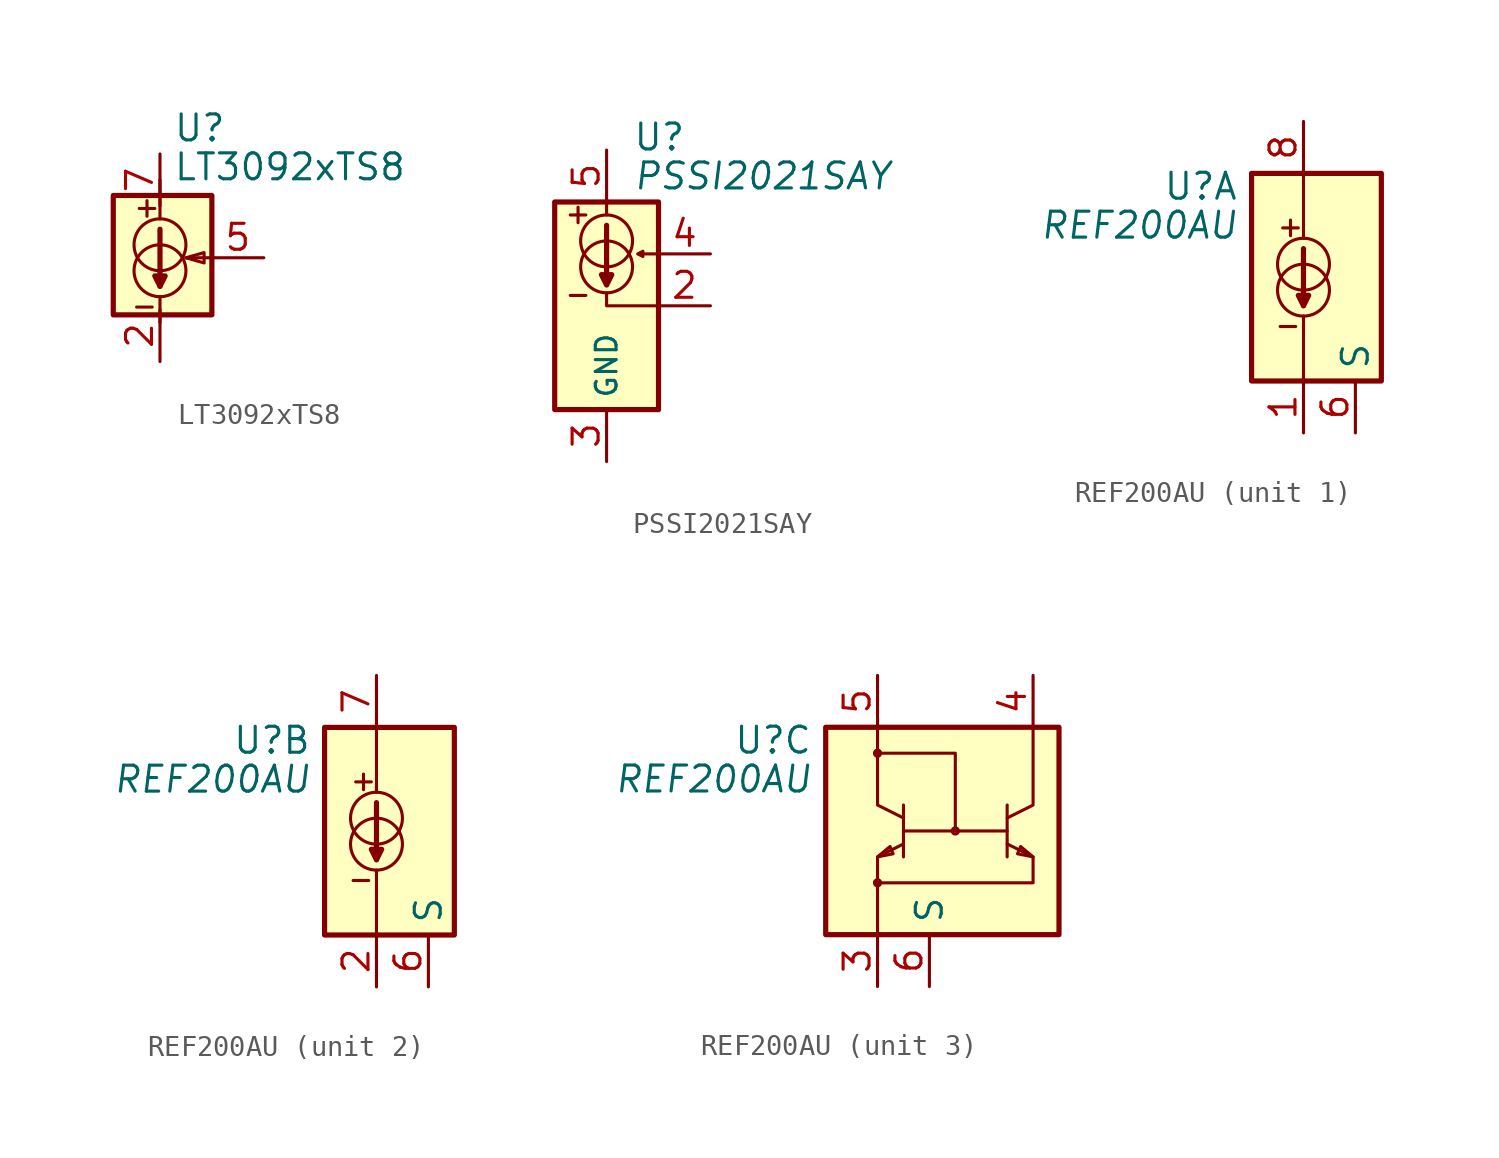
<source format=kicad_sym>
(kicad_symbol_lib
  (version 20231120)
  (generator "kicad_symbol_editor")
  (generator_version "8.0")
  (symbol "LT3092xTS8"
    (property "Reference" "U"
      (at 0.635 6.35 0)
      (effects (font (size 1.27 1.27)) (justify left)))
    (property "Value" "LT3092xTS8"
      (at 0.635 4.445 0)
      (effects (font (size 1.27 1.27)) (justify left)))
    (symbol "LT3092xTS8_0_1"
      (rectangle (start -2.286 3.048) (end 2.54 -2.794) (stroke (width 0.254) (type default)) (fill (type background)))
      (circle (center 0 -0.635) (radius 1.27) (stroke (width 0) (type default)) (fill (type none)))
      (polyline (pts (xy -1.143 -2.413) (xy -0.381 -2.413)) (stroke (width 0) (type default)) (fill (type none)))
      (polyline (pts (xy -1.016 2.413) (xy -0.254 2.413)) (stroke (width 0) (type default)) (fill (type none)))
      (polyline (pts (xy -0.635 2.794) (xy -0.635 2.032)) (stroke (width 0) (type default)) (fill (type none)))
      (polyline (pts (xy 0 -1.905) (xy 0 -3.175)) (stroke (width 0) (type default)) (fill (type none)))
      (polyline (pts (xy 0 1.397) (xy 0 -1.397)) (stroke (width 0.254) (type default)) (fill (type none)))
      (polyline (pts (xy 0 3.81) (xy 0 1.905)) (stroke (width 0) (type default)) (fill (type none)))
      (polyline (pts (xy 2.54 0) (xy 1.27 0)) (stroke (width 0) (type default)) (fill (type none)))
      (polyline (pts (xy 0 -1.397) (xy -0.254 -0.889) (xy 0.254 -0.889) (xy 0 -1.397)) (stroke (width 0.254) (type default)) (fill (type none)))
      (polyline (pts (xy 1.27 0) (xy 2.159 0.254) (xy 2.159 -0.254) (xy 1.27 0)) (stroke (width 0) (type default)) (fill (type none)))
      (circle (center 0 0.635) (radius 1.27) (stroke (width 0) (type default)) (fill (type none))))
    (symbol "LT3092xTS8_1_1"
      (pin no_connect line (at -1.27 2.54 0) (length 2.54) hide (name "NC" (effects (font (size 1.27 1.27)))) (number "1" (effects (font (size 1.27 1.27)))))
      (pin passive line (at 0 -5.08 90) (length 2.54) (name "~" (effects (font (size 1.27 1.27)))) (number "2" (effects (font (size 1.27 1.27)))))
      (pin passive line (at 0 -5.08 90) (length 2.54) hide (name "~" (effects (font (size 1.27 1.27)))) (number "3" (effects (font (size 1.27 1.27)))))
      (pin passive line (at 0 -5.08 90) (length 2.54) hide (name "~" (effects (font (size 1.27 1.27)))) (number "4" (effects (font (size 1.27 1.27)))))
      (pin passive line (at 5.08 0 180) (length 2.54) (name "~" (effects (font (size 1.27 1.27)))) (number "5" (effects (font (size 1.27 1.27)))))
      (pin no_connect line (at -1.27 0 0) (length 2.54) hide (name "NC" (effects (font (size 1.27 1.27)))) (number "6" (effects (font (size 1.27 1.27)))))
      (pin passive line (at 0 5.08 270) (length 2.54) (name "~" (effects (font (size 1.27 1.27)))) (number "7" (effects (font (size 1.27 1.27)))))
      (pin passive line (at 0 5.08 270) (length 2.54) hide (name "~" (effects (font (size 1.27 1.27)))) (number "8" (effects (font (size 1.27 1.27)))))))
  (symbol "PSSI2021SAY"
    (property "Reference" "U"
      (at 1.27 8.255 0)
      (effects (font (size 1.27 1.27)) (justify left)))
    (property "Value" "PSSI2021SAY"
      (at 1.27 6.35 0)
      (effects (font (size 1.27 1.27) (italic yes)) (justify left)))
    (symbol "PSSI2021SAY_0_1"
      (pin power_out line (at 5.08 0 180) (length 2.54) (name "~" (effects (font (size 1.27 1.27)))) (number "2" (effects (font (size 1.27 1.27))))))
    (symbol "PSSI2021SAY_1_1"
      (rectangle (start -2.54 5.08) (end 2.54 -5.08) (stroke (width 0.254) (type default)) (fill (type background)))
      (polyline (pts (xy -1.778 0.508) (xy -1.016 0.508)) (stroke (width 0) (type default)) (fill (type none)))
      (polyline (pts (xy -1.778 4.445) (xy -1.016 4.445)) (stroke (width 0) (type default)) (fill (type none)))
      (polyline (pts (xy -1.397 4.826) (xy -1.397 4.064)) (stroke (width 0) (type default)) (fill (type none)))
      (polyline (pts (xy 0 3.937) (xy 0 1.143)) (stroke (width 0.254) (type default)) (fill (type none)))
      (polyline (pts (xy 0 5.08) (xy 0 4.445)) (stroke (width 0) (type default)) (fill (type none)))
      (polyline (pts (xy 2.54 0) (xy 0 0) (xy 0 0.635)) (stroke (width 0) (type default)) (fill (type none)))
      (polyline (pts (xy 0 1.016) (xy -0.254 1.524) (xy 0.254 1.524) (xy 0 1.016)) (stroke (width 0.254) (type default)) (fill (type none)))
      (polyline (pts (xy 2.54 2.54) (xy 1.778 2.54) (xy 1.778 2.667) (xy 1.524 2.54) (xy 1.778 2.413) (xy 1.778 2.54)) (stroke (width 0) (type default)) (fill (type none)))
      (circle (center 0 1.905) (radius 1.27) (stroke (width 0) (type default)) (fill (type none)))
      (circle (center 0 3.175) (radius 1.27) (stroke (width 0) (type default)) (fill (type none)))
      (pin no_connect line (at -2.54 -2.54 0) (length 2.54) hide (name "NC" (effects (font (size 1.27 1.27)))) (number "1" (effects (font (size 1.27 1.27)))))
      (pin power_in line (at 0 -7.62 90) (length 2.54) (name "GND" (effects (font (size 1.016 1.016)))) (number "3" (effects (font (size 1.27 1.27)))))
      (pin passive line (at 5.08 2.54 180) (length 2.54) (name "~" (effects (font (size 1.27 1.27)))) (number "4" (effects (font (size 1.27 1.27)))))
      (pin power_in line (at 0 7.62 270) (length 2.54) (name "~" (effects (font (size 1.27 1.27)))) (number "5" (effects (font (size 1.27 1.27)))))))
  (symbol "REF200AU"
    (property "Reference" "U"
      (at -3.175 4.445 0)
      (effects (font (size 1.27 1.27)) (justify right)))
    (property "Value" "REF200AU"
      (at -3.175 2.54 0)
      (effects (font (size 1.27 1.27) (italic yes)) (justify right)))
    (property "ki_locked" ""
      (at 0 0 0)
      (effects (font (size 1.27 1.27))))
    (symbol "REF200AU_0_1"
      (pin passive line (at 2.54 -7.62 90) (length 2.54) (name "S" (effects (font (size 1.27 1.27)))) (number "6" (effects (font (size 1.27 1.27))))))
    (symbol "REF200AU_1_1"
      (rectangle (start -2.54 5.08) (end 3.81 -5.08) (stroke (width 0.254) (type default)) (fill (type background)))
      (circle (center 0 -0.635) (radius 1.27) (stroke (width 0) (type default)) (fill (type none)))
      (polyline (pts (xy -1.143 -2.413) (xy -0.381 -2.413)) (stroke (width 0) (type default)) (fill (type none)))
      (polyline (pts (xy -1.016 2.413) (xy -0.254 2.413)) (stroke (width 0) (type default)) (fill (type none)))
      (polyline (pts (xy -0.635 2.794) (xy -0.635 2.032)) (stroke (width 0) (type default)) (fill (type none)))
      (polyline (pts (xy 0 -1.905) (xy 0 -5.08)) (stroke (width 0) (type default)) (fill (type none)))
      (polyline (pts (xy 0 1.397) (xy 0 -1.397)) (stroke (width 0.254) (type default)) (fill (type none)))
      (polyline (pts (xy 0 5.08) (xy 0 1.905)) (stroke (width 0) (type default)) (fill (type none)))
      (polyline (pts (xy 0 -1.397) (xy -0.254 -0.889) (xy 0.254 -0.889) (xy 0 -1.397)) (stroke (width 0.254) (type default)) (fill (type none)))
      (circle (center 0 0.635) (radius 1.27) (stroke (width 0) (type default)) (fill (type none)))
      (pin passive line (at 0 -7.62 90) (length 2.54) (name "~" (effects (font (size 1.27 1.27)))) (number "1" (effects (font (size 1.27 1.27)))))
      (pin passive line (at 0 7.62 270) (length 2.54) (name "~" (effects (font (size 1.27 1.27)))) (number "8" (effects (font (size 1.27 1.27))))))
    (symbol "REF200AU_2_1"
      (rectangle (start -2.54 5.08) (end 3.81 -5.08) (stroke (width 0.254) (type default)) (fill (type background)))
      (circle (center 0 -0.635) (radius 1.27) (stroke (width 0) (type default)) (fill (type none)))
      (polyline (pts (xy -1.143 -2.413) (xy -0.381 -2.413)) (stroke (width 0) (type default)) (fill (type none)))
      (polyline (pts (xy -1.016 2.413) (xy -0.254 2.413)) (stroke (width 0) (type default)) (fill (type none)))
      (polyline (pts (xy -0.635 2.794) (xy -0.635 2.032)) (stroke (width 0) (type default)) (fill (type none)))
      (polyline (pts (xy 0 -1.905) (xy 0 -5.08)) (stroke (width 0) (type default)) (fill (type none)))
      (polyline (pts (xy 0 1.397) (xy 0 -1.397)) (stroke (width 0.254) (type default)) (fill (type none)))
      (polyline (pts (xy 0 5.08) (xy 0 1.905)) (stroke (width 0) (type default)) (fill (type none)))
      (polyline (pts (xy 0 -1.397) (xy -0.254 -0.889) (xy 0.254 -0.889) (xy 0 -1.397)) (stroke (width 0.254) (type default)) (fill (type none)))
      (circle (center 0 0.635) (radius 1.27) (stroke (width 0) (type default)) (fill (type none)))
      (pin passive line (at 0 -7.62 90) (length 2.54) (name "~" (effects (font (size 1.27 1.27)))) (number "2" (effects (font (size 1.27 1.27)))))
      (pin passive line (at 0 7.62 270) (length 2.54) (name "~" (effects (font (size 1.27 1.27)))) (number "7" (effects (font (size 1.27 1.27))))))
    (symbol "REF200AU_3_1"
      (rectangle (start -2.54 5.08) (end 8.89 -5.08) (stroke (width 0.254) (type default)) (fill (type background)))
      (circle (center 0 -2.54) (radius 0.152) (stroke (width 0) (type default)) (fill (type none)))
      (polyline (pts (xy 0 3.81) (xy 0 5.08)) (stroke (width 0) (type default)) (fill (type none)))
      (polyline (pts (xy 1.27 -1.27) (xy 1.27 1.27)) (stroke (width 0) (type default)) (fill (type none)))
      (polyline (pts (xy 1.27 0) (xy 6.35 0)) (stroke (width 0) (type default)) (fill (type none)))
      (polyline (pts (xy 6.35 1.27) (xy 6.35 -1.27)) (stroke (width 0) (type default)) (fill (type none)))
      (polyline (pts (xy 0 -5.08) (xy 0 -1.27) (xy 1.27 -0.635)) (stroke (width 0) (type default)) (fill (type none)))
      (polyline (pts (xy 0 3.81) (xy 3.81 3.81) (xy 3.81 0)) (stroke (width 0) (type default)) (fill (type none)))
      (polyline (pts (xy 1.27 0.635) (xy 0 1.27) (xy 0 3.81)) (stroke (width 0) (type default)) (fill (type none)))
      (polyline (pts (xy 7.62 5.08) (xy 7.62 1.27) (xy 6.35 0.635)) (stroke (width 0) (type default)) (fill (type none)))
      (polyline (pts (xy 0 -1.27) (xy 0.61 -0.762) (xy 0.762 -1.118) (xy 0 -1.27)) (stroke (width 0) (type default)) (fill (type none)))
      (polyline (pts (xy 6.35 -0.635) (xy 7.62 -1.27) (xy 7.62 -2.54) (xy 0 -2.54)) (stroke (width 0) (type default)) (fill (type none)))
      (polyline (pts (xy 7.62 -1.27) (xy 7.01 -0.762) (xy 6.858 -1.118) (xy 7.62 -1.27)) (stroke (width 0) (type default)) (fill (type none)))
      (circle (center 0 3.81) (radius 0.152) (stroke (width 0) (type default)) (fill (type none)))
      (circle (center 3.81 0) (radius 0.152) (stroke (width 0) (type default)) (fill (type none)))
      (pin passive line (at 0 -7.62 90) (length 2.54) (name "~" (effects (font (size 1.27 1.27)))) (number "3" (effects (font (size 1.27 1.27)))))
      (pin passive line (at 7.62 7.62 270) (length 2.54) (name "~" (effects (font (size 1.27 1.27)))) (number "4" (effects (font (size 1.27 1.27)))))
      (pin passive line (at 0 7.62 270) (length 2.54) (name "~" (effects (font (size 1.27 1.27)))) (number "5" (effects (font (size 1.27 1.27))))))))
</source>
